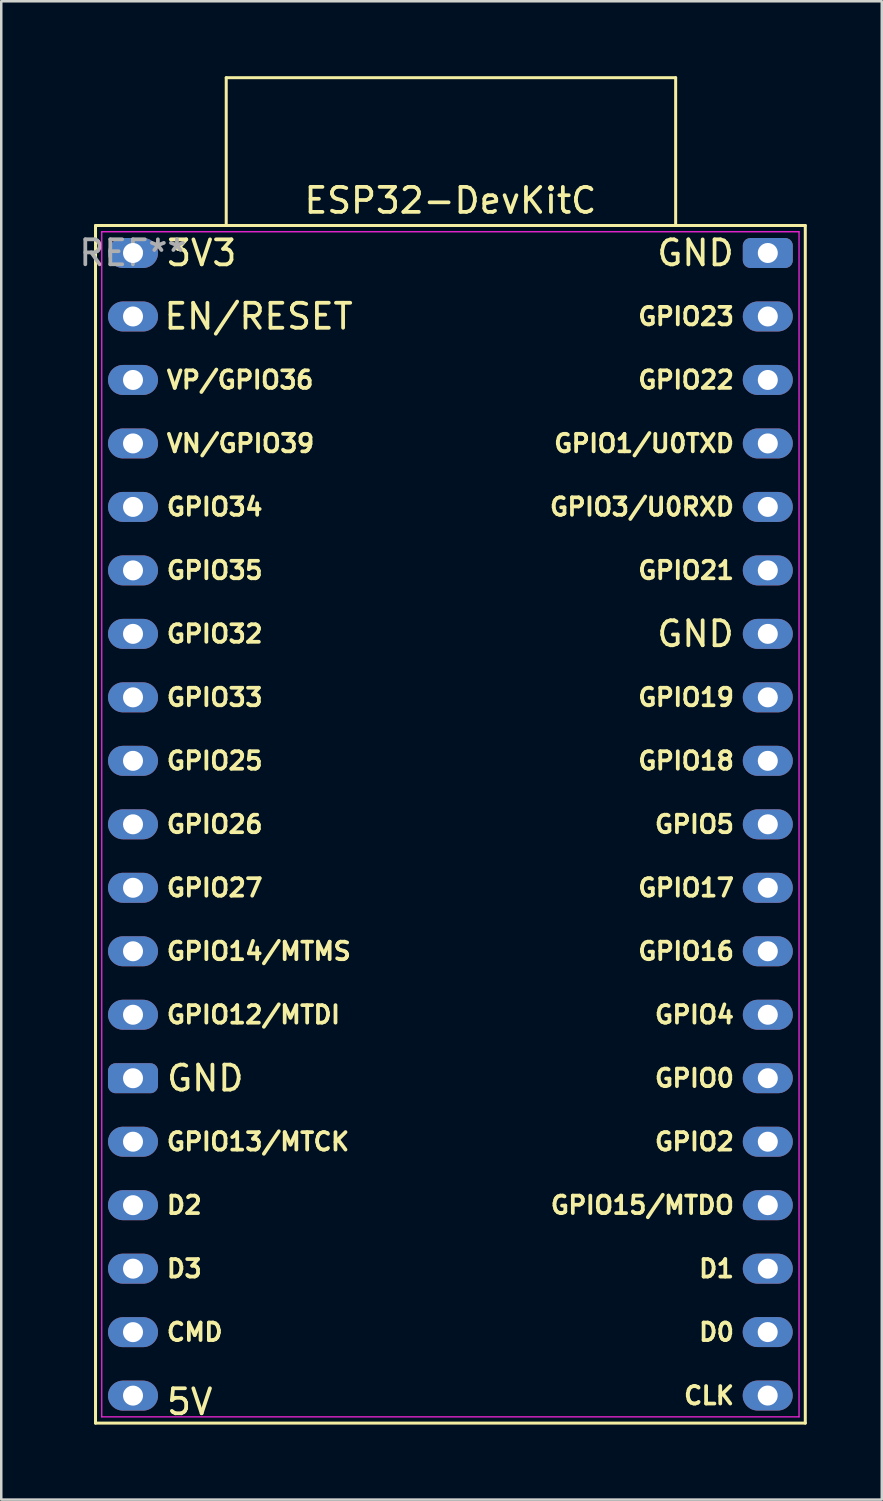
<source format=kicad_pcb>
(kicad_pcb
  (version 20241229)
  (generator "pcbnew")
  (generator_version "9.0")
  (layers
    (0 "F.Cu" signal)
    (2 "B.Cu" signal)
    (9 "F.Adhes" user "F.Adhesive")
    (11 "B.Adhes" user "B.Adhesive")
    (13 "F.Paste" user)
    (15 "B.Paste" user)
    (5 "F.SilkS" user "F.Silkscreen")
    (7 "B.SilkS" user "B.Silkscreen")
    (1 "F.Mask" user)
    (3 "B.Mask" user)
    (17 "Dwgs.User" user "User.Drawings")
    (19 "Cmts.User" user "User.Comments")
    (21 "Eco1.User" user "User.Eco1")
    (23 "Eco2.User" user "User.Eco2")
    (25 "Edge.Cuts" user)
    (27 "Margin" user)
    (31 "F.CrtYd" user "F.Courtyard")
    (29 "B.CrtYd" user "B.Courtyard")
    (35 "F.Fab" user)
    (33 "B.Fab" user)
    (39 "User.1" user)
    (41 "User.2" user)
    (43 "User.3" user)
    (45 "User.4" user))
  (footprint "ESP32-DevKitC"
    (layer "F.Cu")
    (at 2.268 7.07)
    (property "Reference" "ESP32-DevKitC" (at 12.704 -2.097 0) (layer "F.SilkS") (effects (font (size 1 1) (thickness 0.15))))
    (attr through_hole)
    (fp_line (start -1.496 46.823) (end 26.904 46.823) (stroke (width 0.12) (type solid)) (layer "F.SilkS"))
    (fp_line (start -1.496 -1.097) (end -1.496 46.823) (stroke (width 0.12) (type solid)) (layer "F.SilkS"))
    (fp_line (start 3.734 -7.01) (end 21.717 -7.01) (stroke (width 0.12) (type solid)) (layer "F.SilkS"))
    (fp_line (start 3.734 -1.118) (end 3.734 -7.01) (stroke (width 0.12) (type solid)) (layer "F.SilkS"))
    (fp_line (start 21.717 -7.01) (end 21.717 -1.118) (stroke (width 0.12) (type solid)) (layer "F.SilkS"))
    (fp_line (start 26.904 46.823) (end 26.904 -1.097) (stroke (width 0.12) (type solid)) (layer "F.SilkS"))
    (fp_line (start 26.904 -1.097) (end -1.496 -1.097) (stroke (width 0.12) (type solid)) (layer "F.SilkS"))
    (fp_line (start -1.246 -0.847) (end 26.654 -0.847) (stroke (width 0.05) (type solid)) (layer "F.CrtYd"))
    (fp_line (start -1.246 46.573) (end -1.246 -0.847) (stroke (width 0.05) (type solid)) (layer "F.CrtYd"))
    (fp_line (start 26.654 -0.847) (end 26.654 46.573) (stroke (width 0.05) (type solid)) (layer "F.CrtYd"))
    (fp_line (start 26.654 46.573) (end -1.246 46.573) (stroke (width 0.05) (type solid)) (layer "F.CrtYd"))
    (fp_text user "GPIO14/MTMS" (at 1.274 27.943 0) (unlocked yes) (layer "F.SilkS") (effects (font (size 0.7 0.7) (thickness 0.15)) (justify left)))
    (fp_text user "GND" (at 1.274 33.023 0) (unlocked yes) (layer "F.SilkS") (effects (font (size 1 1) (thickness 0.15)) (justify left)))
    (fp_text user "VP/GPIO36" (at 1.274 5.083 0) (unlocked yes) (layer "F.SilkS") (effects (font (size 0.7 0.7) (thickness 0.15)) (justify left)))
    (fp_text user "GPIO32" (at 1.274 15.243 0) (unlocked yes) (layer "F.SilkS") (effects (font (size 0.7 0.7) (thickness 0.15)) (justify left)))
    (fp_text user "GPIO23" (at 24.134 2.543 0) (unlocked yes) (layer "F.SilkS") (effects (font (size 0.7 0.7) (thickness 0.15)) (justify right)))
    (fp_text user "D0" (at 24.134 43.183 0) (unlocked yes) (layer "F.SilkS") (effects (font (size 0.7 0.7) (thickness 0.15)) (justify right)))
    (fp_text user "GPIO2" (at 24.134 35.563 0) (unlocked yes) (layer "F.SilkS") (effects (font (size 0.7 0.7) (thickness 0.15)) (justify right)))
    (fp_text user "GPIO12/MTDI" (at 1.274 30.483 0) (unlocked yes) (layer "F.SilkS") (effects (font (size 0.7 0.7) (thickness 0.15)) (justify left)))
    (fp_text user "EN/RESET" (at 8.89 2.54 0) (unlocked yes) (layer "F.SilkS") (effects (font (size 1 1) (thickness 0.15)) (justify right)))
    (fp_text user "GPIO33" (at 1.274 17.783 0) (unlocked yes) (layer "F.SilkS") (effects (font (size 0.7 0.7) (thickness 0.15)) (justify left)))
    (fp_text user "GND" (at 24.134 15.243 0) (unlocked yes) (layer "F.SilkS") (effects (font (size 1 1) (thickness 0.15)) (justify right)))
    (fp_text user "GPIO3/U0RXD" (at 24.134 10.163 0) (unlocked yes) (layer "F.SilkS") (effects (font (size 0.7 0.7) (thickness 0.15)) (justify right)))
    (fp_text user "CMD" (at 1.274 43.183 0) (unlocked yes) (layer "F.SilkS") (effects (font (size 0.7 0.7) (thickness 0.15)) (justify left)))
    (fp_text user "GPIO1/U0TXD" (at 24.134 7.623 0) (unlocked yes) (layer "F.SilkS") (effects (font (size 0.7 0.7) (thickness 0.15)) (justify right)))
    (fp_text user "CLK" (at 24.134 45.723 0) (unlocked yes) (layer "F.SilkS") (effects (font (size 0.7 0.7) (thickness 0.15)) (justify right)))
    (fp_text user "5V" (at 1.27 45.974 0) (unlocked yes) (layer "F.SilkS") (effects (font (size 1 1) (thickness 0.15)) (justify left)))
    (fp_text user "GPIO25" (at 1.274 20.323 0) (unlocked yes) (layer "F.SilkS") (effects (font (size 0.7 0.7) (thickness 0.15)) (justify left)))
    (fp_text user "GPIO16" (at 24.134 27.943 0) (unlocked yes) (layer "F.SilkS") (effects (font (size 0.7 0.7) (thickness 0.15)) (justify right)))
    (fp_text user "GPIO5" (at 24.134 22.863 0) (unlocked yes) (layer "F.SilkS") (effects (font (size 0.7 0.7) (thickness 0.15)) (justify right)))
    (fp_text user "D2" (at 1.274 38.103 0) (unlocked yes) (layer "F.SilkS") (effects (font (size 0.7 0.7) (thickness 0.15)) (justify left)))
    (fp_text user "GPIO35" (at 1.274 12.703 0) (unlocked yes) (layer "F.SilkS") (effects (font (size 0.7 0.7) (thickness 0.15)) (justify left)))
    (fp_text user "GPIO22" (at 24.134 5.083 0) (unlocked yes) (layer "F.SilkS") (effects (font (size 0.7 0.7) (thickness 0.15)) (justify right)))
    (fp_text user "GPIO18" (at 24.134 20.323 0) (unlocked yes) (layer "F.SilkS") (effects (font (size 0.7 0.7) (thickness 0.15)) (justify right)))
    (fp_text user "3V3" (at 1.274 0.003 0) (unlocked yes) (layer "F.SilkS") (effects (font (size 1 1) (thickness 0.15)) (justify left)))
    (fp_text user "GPIO0" (at 24.134 33.023 0) (unlocked yes) (layer "F.SilkS") (effects (font (size 0.7 0.7) (thickness 0.15)) (justify right)))
    (fp_text user "GPIO21" (at 24.134 12.703 0) (unlocked yes) (layer "F.SilkS") (effects (font (size 0.7 0.7) (thickness 0.15)) (justify right)))
    (fp_text user "GPIO34" (at 1.274 10.163 0) (unlocked yes) (layer "F.SilkS") (effects (font (size 0.7 0.7) (thickness 0.15)) (justify left)))
    (fp_text user "GPIO17" (at 24.134 25.403 0) (unlocked yes) (layer "F.SilkS") (effects (font (size 0.7 0.7) (thickness 0.15)) (justify right)))
    (fp_text user "GND" (at 24.134 0.003 0) (unlocked yes) (layer "F.SilkS") (effects (font (size 1 1) (thickness 0.15)) (justify right)))
    (fp_text user "GPIO13/MTCK" (at 1.274 35.563 0) (unlocked yes) (layer "F.SilkS") (effects (font (size 0.7 0.7) (thickness 0.15)) (justify left)))
    (fp_text user "GPIO4" (at 24.134 30.483 0) (unlocked yes) (layer "F.SilkS") (effects (font (size 0.7 0.7) (thickness 0.15)) (justify right)))
    (fp_text user "D1" (at 24.134 40.643 0) (unlocked yes) (layer "F.SilkS") (effects (font (size 0.7 0.7) (thickness 0.15)) (justify right)))
    (fp_text user "VN/GPIO39" (at 1.274 7.623 0) (unlocked yes) (layer "F.SilkS") (effects (font (size 0.7 0.7) (thickness 0.15)) (justify left)))
    (fp_text user "GPIO15/MTDO" (at 24.134 38.103 0) (unlocked yes) (layer "F.SilkS") (effects (font (size 0.7 0.7) (thickness 0.15)) (justify right)))
    (fp_text user "GPIO19" (at 24.134 17.783 0) (unlocked yes) (layer "F.SilkS") (effects (font (size 0.7 0.7) (thickness 0.15)) (justify right)))
    (fp_text user "D3" (at 1.274 40.643 0) (unlocked yes) (layer "F.SilkS") (effects (font (size 0.7 0.7) (thickness 0.15)) (justify left)))
    (fp_text user "GPIO26" (at 1.274 22.863 0) (unlocked yes) (layer "F.SilkS") (effects (font (size 0.7 0.7) (thickness 0.15)) (justify left)))
    (fp_text user "GPIO27" (at 1.274 25.403 0) (unlocked yes) (layer "F.SilkS") (effects (font (size 0.7 0.7) (thickness 0.15)) (justify left)))
    (fp_text user "REF**" (at 0 0 0) (layer "F.Fab") (effects (font (size 1 1) (thickness 0.15))))
    (pad "1" thru_hole oval (at 0.004 0.003 270) (size 1.2 2) (drill 0.8) (layers "*.Cu" "*.Mask"))
    (pad "2" thru_hole oval (at 0.004 2.543 270) (size 1.2 2) (drill 0.8) (layers "*.Cu" "*.Mask"))
    (pad "3" thru_hole oval (at 0.004 5.083 270) (size 1.2 2) (drill 0.8) (layers "*.Cu" "*.Mask"))
    (pad "4" thru_hole oval (at 0.004 7.623 270) (size 1.2 2) (drill 0.8) (layers "*.Cu" "*.Mask"))
    (pad "5" thru_hole oval (at 0.004 10.163 270) (size 1.2 2) (drill 0.8) (layers "*.Cu" "*.Mask"))
    (pad "6" thru_hole oval (at 0.004 12.703 270) (size 1.2 2) (drill 0.8) (layers "*.Cu" "*.Mask"))
    (pad "7" thru_hole oval (at 0.004 15.243 270) (size 1.2 2) (drill 0.8) (layers "*.Cu" "*.Mask"))
    (pad "8" thru_hole oval (at 0.004 17.783 270) (size 1.2 2) (drill 0.8) (layers "*.Cu" "*.Mask"))
    (pad "9" thru_hole oval (at 0.004 20.323 270) (size 1.2 2) (drill 0.8) (layers "*.Cu" "*.Mask"))
    (pad "10" thru_hole oval (at 0.004 22.863 270) (size 1.2 2) (drill 0.8) (layers "*.Cu" "*.Mask"))
    (pad "11" thru_hole oval (at 0.004 25.403 270) (size 1.2 2) (drill 0.8) (layers "*.Cu" "*.Mask"))
    (pad "12" thru_hole oval (at 0.004 27.943 270) (size 1.2 2) (drill 0.8) (layers "*.Cu" "*.Mask"))
    (pad "13" thru_hole oval (at 0.004 30.483 270) (size 1.2 2) (drill 0.8) (layers "*.Cu" "*.Mask"))
    (pad "14" thru_hole roundrect (at 0.004 33.023 270) (size 1.2 2) (drill 0.8) (layers "*.Cu" "*.Mask") (roundrect_rratio 0.25))
    (pad "15" thru_hole oval (at 0.004 35.563 270) (size 1.2 2) (drill 0.8) (layers "*.Cu" "*.Mask"))
    (pad "16" thru_hole oval (at 0.004 38.103 270) (size 1.2 2) (drill 0.8) (layers "*.Cu" "*.Mask"))
    (pad "17" thru_hole oval (at 0.004 40.643 270) (size 1.2 2) (drill 0.8) (layers "*.Cu" "*.Mask"))
    (pad "18" thru_hole oval (at 0.004 43.183 270) (size 1.2 2) (drill 0.8) (layers "*.Cu" "*.Mask"))
    (pad "19" thru_hole oval (at 0.004 45.723 270) (size 1.2 2) (drill 0.8) (layers "*.Cu" "*.Mask"))
    (pad "20" thru_hole oval (at 25.4 45.72 270) (size 1.2 2) (drill 0.8) (layers "*.Cu" "*.Mask"))
    (pad "21" thru_hole oval (at 25.4 43.18 270) (size 1.2 2) (drill 0.8) (layers "*.Cu" "*.Mask"))
    (pad "22" thru_hole oval (at 25.404 40.643 270) (size 1.2 2) (drill 0.8) (layers "*.Cu" "*.Mask"))
    (pad "23" thru_hole oval (at 25.404 38.103 270) (size 1.2 2) (drill 0.8) (layers "*.Cu" "*.Mask"))
    (pad "24" thru_hole oval (at 25.404 35.563 270) (size 1.2 2) (drill 0.8) (layers "*.Cu" "*.Mask"))
    (pad "25" thru_hole oval (at 25.404 33.023 270) (size 1.2 2) (drill 0.8) (layers "*.Cu" "*.Mask"))
    (pad "26" thru_hole oval (at 25.404 30.483 270) (size 1.2 2) (drill 0.8) (layers "*.Cu" "*.Mask"))
    (pad "27" thru_hole oval (at 25.404 27.943 270) (size 1.2 2) (drill 0.8) (layers "*.Cu" "*.Mask"))
    (pad "28" thru_hole oval (at 25.404 25.403 270) (size 1.2 2) (drill 0.8) (layers "*.Cu" "*.Mask"))
    (pad "29" thru_hole oval (at 25.404 22.863 270) (size 1.2 2) (drill 0.8) (layers "*.Cu" "*.Mask"))
    (pad "30" thru_hole oval (at 25.404 20.323 270) (size 1.2 2) (drill 0.8) (layers "*.Cu" "*.Mask"))
    (pad "31" thru_hole oval (at 25.404 17.783 270) (size 1.2 2) (drill 0.8) (layers "*.Cu" "*.Mask"))
    (pad "32" thru_hole oval (at 25.404 15.243 270) (size 1.2 2) (drill 0.8) (layers "*.Cu" "*.Mask"))
    (pad "33" thru_hole oval (at 25.404 12.703 270) (size 1.2 2) (drill 0.8) (layers "*.Cu" "*.Mask"))
    (pad "34" thru_hole oval (at 25.404 10.163 270) (size 1.2 2) (drill 0.8) (layers "*.Cu" "*.Mask"))
    (pad "35" thru_hole oval (at 25.404 7.623 270) (size 1.2 2) (drill 0.8) (layers "*.Cu" "*.Mask"))
    (pad "36" thru_hole oval (at 25.404 5.083 270) (size 1.2 2) (drill 0.8) (layers "*.Cu" "*.Mask"))
    (pad "37" thru_hole oval (at 25.404 2.543 270) (size 1.2 2) (drill 0.8) (layers "*.Cu" "*.Mask"))
    (pad "38" thru_hole roundrect (at 25.404 0.003 270) (size 1.2 2) (drill 0.8) (layers "*.Cu" "*.Mask") (roundrect_rratio 0.25)))
  (gr_rect
    (start -3 -3)
    (end 32.232 56.953)
    (stroke (width 0.1) (type default))
    (fill no)
    (layer "Edge.Cuts")))
</source>
